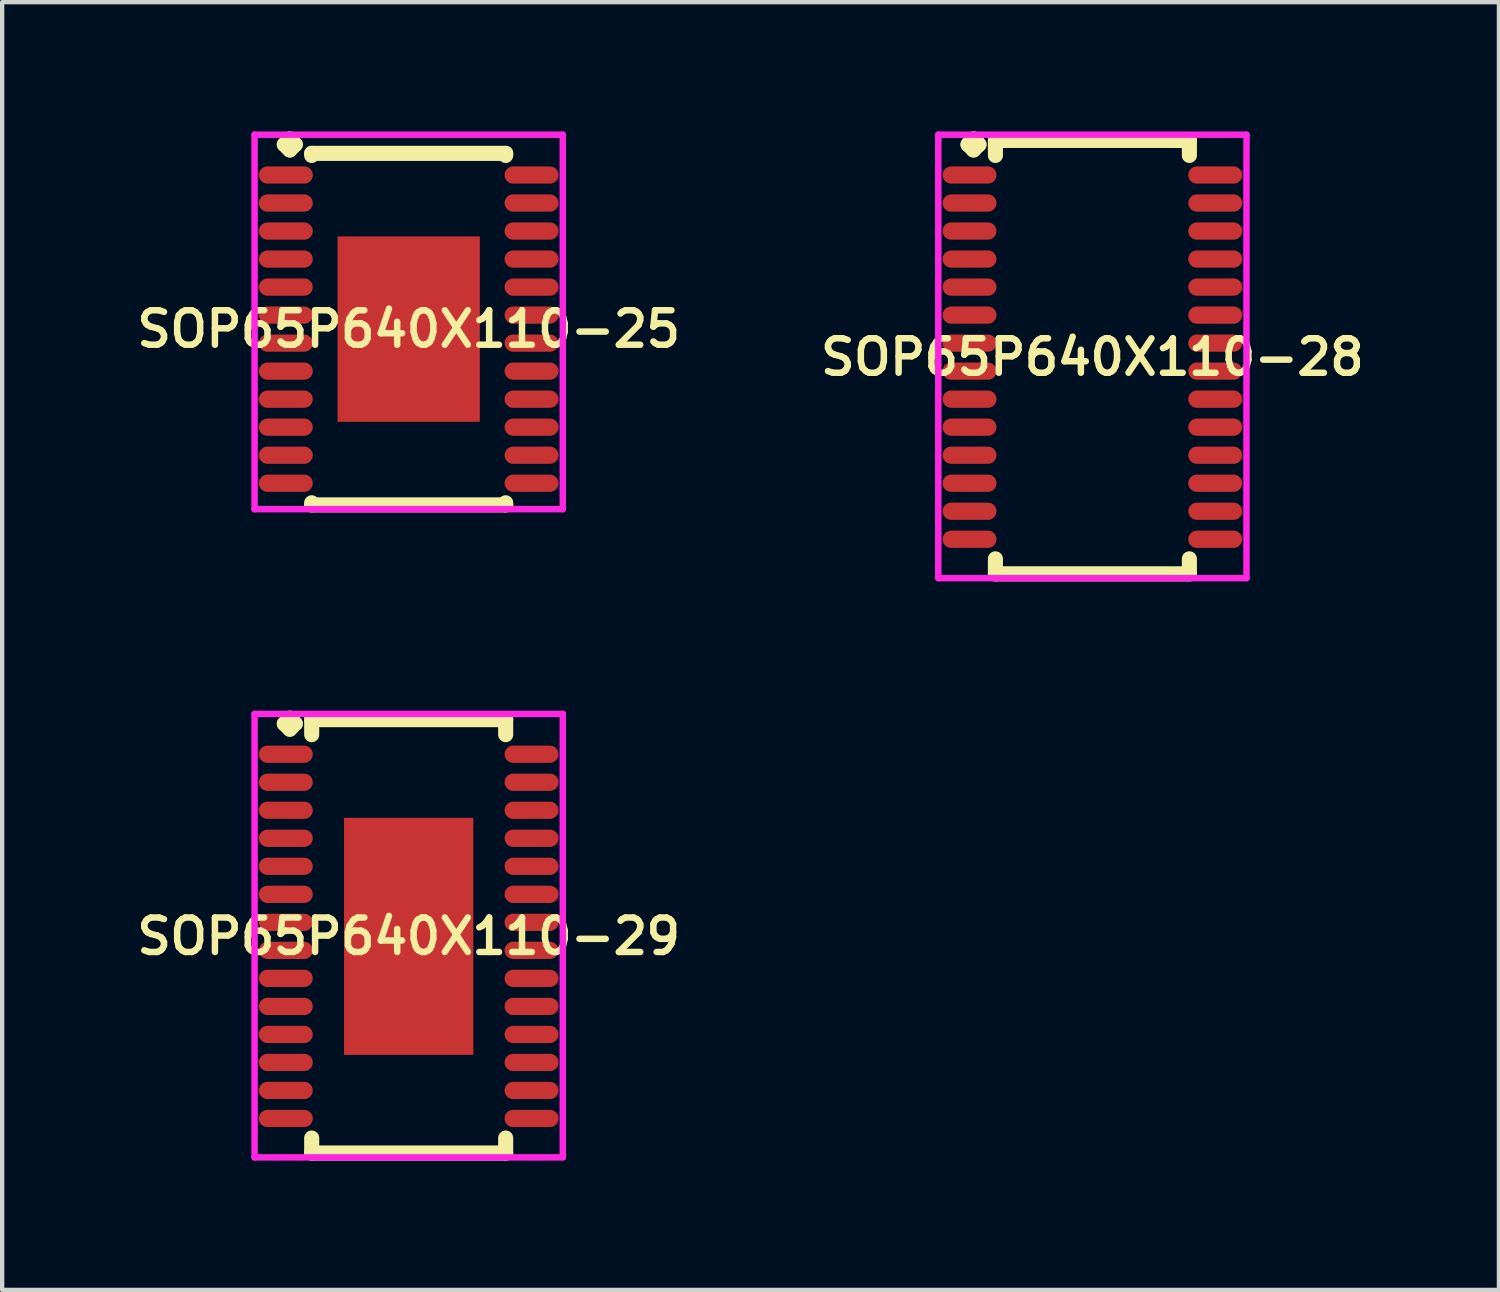
<source format=kicad_pcb>
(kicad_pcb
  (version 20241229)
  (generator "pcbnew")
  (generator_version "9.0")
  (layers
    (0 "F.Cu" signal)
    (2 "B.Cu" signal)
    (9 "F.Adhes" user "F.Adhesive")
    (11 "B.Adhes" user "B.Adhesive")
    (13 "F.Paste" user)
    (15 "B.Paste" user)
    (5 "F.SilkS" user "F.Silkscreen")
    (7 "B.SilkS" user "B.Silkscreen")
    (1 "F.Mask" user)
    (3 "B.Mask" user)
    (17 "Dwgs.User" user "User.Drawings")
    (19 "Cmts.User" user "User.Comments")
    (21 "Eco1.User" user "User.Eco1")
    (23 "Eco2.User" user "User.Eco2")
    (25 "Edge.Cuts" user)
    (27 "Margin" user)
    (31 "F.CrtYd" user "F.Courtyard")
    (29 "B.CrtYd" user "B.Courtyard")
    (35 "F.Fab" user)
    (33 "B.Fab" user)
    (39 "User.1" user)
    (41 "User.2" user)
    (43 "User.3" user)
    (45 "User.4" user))
  (footprint "SOP65P640X110-28"
    (layer "F.Cu")
    (at 22.292 5.235)
    (property "Reference" "SOP65P640X110-28" (at 0 0 0) (layer "F.SilkS") (effects (font (size 0.8 0.8) (thickness 0.15))))
    (attr smd)
    (fp_line (start -2.885 -4.933) (end -2.758 -5.06) (stroke (width 0.35) (type solid)) (layer "F.SilkS"))
    (fp_line (start -2.758 -5.06) (end -2.631 -4.933) (stroke (width 0.35) (type solid)) (layer "F.SilkS"))
    (fp_line (start -2.758 -4.806) (end -2.885 -4.933) (stroke (width 0.35) (type solid)) (layer "F.SilkS"))
    (fp_line (start -2.631 -4.933) (end -2.758 -4.806) (stroke (width 0.35) (type solid)) (layer "F.SilkS"))
    (fp_line (start -2.25 -5.027) (end 2.25 -5.027) (stroke (width 0.35) (type solid)) (layer "F.SilkS"))
    (fp_line (start -2.25 -4.679) (end -2.25 -5.027) (stroke (width 0.35) (type solid)) (layer "F.SilkS"))
    (fp_line (start -2.25 4.679) (end -2.25 5.027) (stroke (width 0.35) (type solid)) (layer "F.SilkS"))
    (fp_line (start -2.25 5.027) (end 2.25 5.027) (stroke (width 0.35) (type solid)) (layer "F.SilkS"))
    (fp_line (start 2.25 -5.027) (end 2.25 -4.679) (stroke (width 0.35) (type solid)) (layer "F.SilkS"))
    (fp_line (start 2.25 5.027) (end 2.25 4.679) (stroke (width 0.35) (type solid)) (layer "F.SilkS"))
    (fp_line (start -3.575 -5.16) (end 3.575 -5.16) (stroke (width 0.15) (type solid)) (layer "F.CrtYd"))
    (fp_line (start -3.575 5.127) (end -3.575 -5.16) (stroke (width 0.15) (type solid)) (layer "F.CrtYd"))
    (fp_line (start 3.575 -5.16) (end 3.575 5.127) (stroke (width 0.15) (type solid)) (layer "F.CrtYd"))
    (fp_line (start 3.575 5.127) (end -3.575 5.127) (stroke (width 0.15) (type solid)) (layer "F.CrtYd"))
    (pad "1" smd oval (at -2.85 -4.225) (size 1.25 0.4) (layers "F.Cu" "F.Mask" "F.Paste"))
    (pad "2" smd oval (at -2.85 -3.575) (size 1.25 0.4) (layers "F.Cu" "F.Mask" "F.Paste"))
    (pad "3" smd oval (at -2.85 -2.925) (size 1.25 0.4) (layers "F.Cu" "F.Mask" "F.Paste"))
    (pad "4" smd oval (at -2.85 -2.275) (size 1.25 0.4) (layers "F.Cu" "F.Mask" "F.Paste"))
    (pad "5" smd oval (at -2.85 -1.625) (size 1.25 0.4) (layers "F.Cu" "F.Mask" "F.Paste"))
    (pad "6" smd oval (at -2.85 -0.975) (size 1.25 0.4) (layers "F.Cu" "F.Mask" "F.Paste"))
    (pad "7" smd oval (at -2.85 -0.325) (size 1.25 0.4) (layers "F.Cu" "F.Mask" "F.Paste"))
    (pad "8" smd oval (at -2.85 0.325) (size 1.25 0.4) (layers "F.Cu" "F.Mask" "F.Paste"))
    (pad "9" smd oval (at -2.85 0.975) (size 1.25 0.4) (layers "F.Cu" "F.Mask" "F.Paste"))
    (pad "10" smd oval (at -2.85 1.625) (size 1.25 0.4) (layers "F.Cu" "F.Mask" "F.Paste"))
    (pad "11" smd oval (at -2.85 2.275) (size 1.25 0.4) (layers "F.Cu" "F.Mask" "F.Paste"))
    (pad "12" smd oval (at -2.85 2.925) (size 1.25 0.4) (layers "F.Cu" "F.Mask" "F.Paste"))
    (pad "13" smd oval (at -2.85 3.575) (size 1.25 0.4) (layers "F.Cu" "F.Mask" "F.Paste"))
    (pad "14" smd oval (at -2.85 4.225) (size 1.25 0.4) (layers "F.Cu" "F.Mask" "F.Paste"))
    (pad "15" smd oval (at 2.85 4.225) (size 1.25 0.4) (layers "F.Cu" "F.Mask" "F.Paste"))
    (pad "16" smd oval (at 2.85 3.575) (size 1.25 0.4) (layers "F.Cu" "F.Mask" "F.Paste"))
    (pad "17" smd oval (at 2.85 2.925) (size 1.25 0.4) (layers "F.Cu" "F.Mask" "F.Paste"))
    (pad "18" smd oval (at 2.85 2.275) (size 1.25 0.4) (layers "F.Cu" "F.Mask" "F.Paste"))
    (pad "19" smd oval (at 2.85 1.625) (size 1.25 0.4) (layers "F.Cu" "F.Mask" "F.Paste"))
    (pad "20" smd oval (at 2.85 0.975) (size 1.25 0.4) (layers "F.Cu" "F.Mask" "F.Paste"))
    (pad "21" smd oval (at 2.85 0.325) (size 1.25 0.4) (layers "F.Cu" "F.Mask" "F.Paste"))
    (pad "22" smd oval (at 2.85 -0.325) (size 1.25 0.4) (layers "F.Cu" "F.Mask" "F.Paste"))
    (pad "23" smd oval (at 2.85 -0.975) (size 1.25 0.4) (layers "F.Cu" "F.Mask" "F.Paste"))
    (pad "24" smd oval (at 2.85 -1.625) (size 1.25 0.4) (layers "F.Cu" "F.Mask" "F.Paste"))
    (pad "25" smd oval (at 2.85 -2.275) (size 1.25 0.4) (layers "F.Cu" "F.Mask" "F.Paste"))
    (pad "26" smd oval (at 2.85 -2.925) (size 1.25 0.4) (layers "F.Cu" "F.Mask" "F.Paste"))
    (pad "27" smd oval (at 2.85 -3.575) (size 1.25 0.4) (layers "F.Cu" "F.Mask" "F.Paste"))
    (pad "28" smd oval (at 2.85 -4.225) (size 1.25 0.4) (layers "F.Cu" "F.Mask" "F.Paste")))
  (footprint "SOP65P640X110-29"
    (layer "F.Cu")
    (at 6.431 18.672)
    (property "Reference" "SOP65P640X110-29" (at 0 0 0) (layer "F.SilkS") (effects (font (size 0.8 0.8) (thickness 0.15))))
    (attr smd)
    (fp_line (start -2.885 -4.933) (end -2.758 -5.06) (stroke (width 0.35) (type solid)) (layer "F.SilkS"))
    (fp_line (start -2.758 -5.06) (end -2.631 -4.933) (stroke (width 0.35) (type solid)) (layer "F.SilkS"))
    (fp_line (start -2.758 -4.806) (end -2.885 -4.933) (stroke (width 0.35) (type solid)) (layer "F.SilkS"))
    (fp_line (start -2.631 -4.933) (end -2.758 -4.806) (stroke (width 0.35) (type solid)) (layer "F.SilkS"))
    (fp_line (start -2.25 -5.027) (end 2.25 -5.027) (stroke (width 0.35) (type solid)) (layer "F.SilkS"))
    (fp_line (start -2.25 -4.679) (end -2.25 -5.027) (stroke (width 0.35) (type solid)) (layer "F.SilkS"))
    (fp_line (start -2.25 4.679) (end -2.25 5.027) (stroke (width 0.35) (type solid)) (layer "F.SilkS"))
    (fp_line (start -2.25 5.027) (end 2.25 5.027) (stroke (width 0.35) (type solid)) (layer "F.SilkS"))
    (fp_line (start 2.25 -5.027) (end 2.25 -4.679) (stroke (width 0.35) (type solid)) (layer "F.SilkS"))
    (fp_line (start 2.25 5.027) (end 2.25 4.679) (stroke (width 0.35) (type solid)) (layer "F.SilkS"))
    (fp_line (start -3.575 -5.16) (end 3.575 -5.16) (stroke (width 0.15) (type solid)) (layer "F.CrtYd"))
    (fp_line (start -3.575 5.127) (end -3.575 -5.16) (stroke (width 0.15) (type solid)) (layer "F.CrtYd"))
    (fp_line (start 3.575 -5.16) (end 3.575 5.127) (stroke (width 0.15) (type solid)) (layer "F.CrtYd"))
    (fp_line (start 3.575 5.127) (end -3.575 5.127) (stroke (width 0.15) (type solid)) (layer "F.CrtYd"))
    (pad "1" smd oval (at -2.85 -4.225) (size 1.25 0.4) (layers "F.Cu" "F.Mask" "F.Paste"))
    (pad "2" smd oval (at -2.85 -3.575) (size 1.25 0.4) (layers "F.Cu" "F.Mask" "F.Paste"))
    (pad "3" smd oval (at -2.85 -2.925) (size 1.25 0.4) (layers "F.Cu" "F.Mask" "F.Paste"))
    (pad "4" smd oval (at -2.85 -2.275) (size 1.25 0.4) (layers "F.Cu" "F.Mask" "F.Paste"))
    (pad "5" smd oval (at -2.85 -1.625) (size 1.25 0.4) (layers "F.Cu" "F.Mask" "F.Paste"))
    (pad "6" smd oval (at -2.85 -0.975) (size 1.25 0.4) (layers "F.Cu" "F.Mask" "F.Paste"))
    (pad "7" smd oval (at -2.85 -0.325) (size 1.25 0.4) (layers "F.Cu" "F.Mask" "F.Paste"))
    (pad "8" smd oval (at -2.85 0.325) (size 1.25 0.4) (layers "F.Cu" "F.Mask" "F.Paste"))
    (pad "9" smd oval (at -2.85 0.975) (size 1.25 0.4) (layers "F.Cu" "F.Mask" "F.Paste"))
    (pad "10" smd oval (at -2.85 1.625) (size 1.25 0.4) (layers "F.Cu" "F.Mask" "F.Paste"))
    (pad "11" smd oval (at -2.85 2.275) (size 1.25 0.4) (layers "F.Cu" "F.Mask" "F.Paste"))
    (pad "12" smd oval (at -2.85 2.925) (size 1.25 0.4) (layers "F.Cu" "F.Mask" "F.Paste"))
    (pad "13" smd oval (at -2.85 3.575) (size 1.25 0.4) (layers "F.Cu" "F.Mask" "F.Paste"))
    (pad "14" smd oval (at -2.85 4.225) (size 1.25 0.4) (layers "F.Cu" "F.Mask" "F.Paste"))
    (pad "15" smd oval (at 2.85 4.225) (size 1.25 0.4) (layers "F.Cu" "F.Mask" "F.Paste"))
    (pad "16" smd oval (at 2.85 3.575) (size 1.25 0.4) (layers "F.Cu" "F.Mask" "F.Paste"))
    (pad "17" smd oval (at 2.85 2.925) (size 1.25 0.4) (layers "F.Cu" "F.Mask" "F.Paste"))
    (pad "18" smd oval (at 2.85 2.275) (size 1.25 0.4) (layers "F.Cu" "F.Mask" "F.Paste"))
    (pad "19" smd oval (at 2.85 1.625) (size 1.25 0.4) (layers "F.Cu" "F.Mask" "F.Paste"))
    (pad "20" smd oval (at 2.85 0.975) (size 1.25 0.4) (layers "F.Cu" "F.Mask" "F.Paste"))
    (pad "21" smd oval (at 2.85 0.325) (size 1.25 0.4) (layers "F.Cu" "F.Mask" "F.Paste"))
    (pad "22" smd oval (at 2.85 -0.325) (size 1.25 0.4) (layers "F.Cu" "F.Mask" "F.Paste"))
    (pad "23" smd oval (at 2.85 -0.975) (size 1.25 0.4) (layers "F.Cu" "F.Mask" "F.Paste"))
    (pad "24" smd oval (at 2.85 -1.625) (size 1.25 0.4) (layers "F.Cu" "F.Mask" "F.Paste"))
    (pad "25" smd oval (at 2.85 -2.275) (size 1.25 0.4) (layers "F.Cu" "F.Mask" "F.Paste"))
    (pad "26" smd oval (at 2.85 -2.925) (size 1.25 0.4) (layers "F.Cu" "F.Mask" "F.Paste"))
    (pad "27" smd oval (at 2.85 -3.575) (size 1.25 0.4) (layers "F.Cu" "F.Mask" "F.Paste"))
    (pad "28" smd oval (at 2.85 -4.225) (size 1.25 0.4) (layers "F.Cu" "F.Mask" "F.Paste"))
    (pad "29" smd rect (at 0 0) (size 3 5.5) (layers "F.Cu" "F.Mask" "F.Paste")))
  (footprint "SOP65P640X110-25"
    (layer "F.Cu")
    (at 6.431 4.585)
    (property "Reference" "SOP65P640X110-25" (at 0 0 0) (layer "F.SilkS") (effects (font (size 0.8 0.8) (thickness 0.15))))
    (attr smd)
    (fp_line (start -2.885 -4.283) (end -2.758 -4.41) (stroke (width 0.35) (type solid)) (layer "F.SilkS"))
    (fp_line (start -2.758 -4.41) (end -2.631 -4.283) (stroke (width 0.35) (type solid)) (layer "F.SilkS"))
    (fp_line (start -2.758 -4.156) (end -2.885 -4.283) (stroke (width 0.35) (type solid)) (layer "F.SilkS"))
    (fp_line (start -2.631 -4.283) (end -2.758 -4.156) (stroke (width 0.35) (type solid)) (layer "F.SilkS"))
    (fp_line (start -2.25 -4.077) (end 2.25 -4.077) (stroke (width 0.35) (type solid)) (layer "F.SilkS"))
    (fp_line (start -2.25 -4.029) (end -2.25 -4.077) (stroke (width 0.35) (type solid)) (layer "F.SilkS"))
    (fp_line (start -2.25 4.029) (end -2.25 4.077) (stroke (width 0.35) (type solid)) (layer "F.SilkS"))
    (fp_line (start -2.25 4.077) (end 2.25 4.077) (stroke (width 0.35) (type solid)) (layer "F.SilkS"))
    (fp_line (start 2.25 -4.077) (end 2.25 -4.029) (stroke (width 0.35) (type solid)) (layer "F.SilkS"))
    (fp_line (start 2.25 4.077) (end 2.25 4.029) (stroke (width 0.35) (type solid)) (layer "F.SilkS"))
    (fp_line (start -3.575 -4.51) (end 3.575 -4.51) (stroke (width 0.15) (type solid)) (layer "F.CrtYd"))
    (fp_line (start -3.575 4.177) (end -3.575 -4.51) (stroke (width 0.15) (type solid)) (layer "F.CrtYd"))
    (fp_line (start 3.575 -4.51) (end 3.575 4.177) (stroke (width 0.15) (type solid)) (layer "F.CrtYd"))
    (fp_line (start 3.575 4.177) (end -3.575 4.177) (stroke (width 0.15) (type solid)) (layer "F.CrtYd"))
    (pad "1" smd oval (at -2.85 -3.575) (size 1.25 0.4) (layers "F.Cu" "F.Mask" "F.Paste"))
    (pad "2" smd oval (at -2.85 -2.925) (size 1.25 0.4) (layers "F.Cu" "F.Mask" "F.Paste"))
    (pad "3" smd oval (at -2.85 -2.275) (size 1.25 0.4) (layers "F.Cu" "F.Mask" "F.Paste"))
    (pad "4" smd oval (at -2.85 -1.625) (size 1.25 0.4) (layers "F.Cu" "F.Mask" "F.Paste"))
    (pad "5" smd oval (at -2.85 -0.975) (size 1.25 0.4) (layers "F.Cu" "F.Mask" "F.Paste"))
    (pad "6" smd oval (at -2.85 -0.325) (size 1.25 0.4) (layers "F.Cu" "F.Mask" "F.Paste"))
    (pad "7" smd oval (at -2.85 0.325) (size 1.25 0.4) (layers "F.Cu" "F.Mask" "F.Paste"))
    (pad "8" smd oval (at -2.85 0.975) (size 1.25 0.4) (layers "F.Cu" "F.Mask" "F.Paste"))
    (pad "9" smd oval (at -2.85 1.625) (size 1.25 0.4) (layers "F.Cu" "F.Mask" "F.Paste"))
    (pad "10" smd oval (at -2.85 2.275) (size 1.25 0.4) (layers "F.Cu" "F.Mask" "F.Paste"))
    (pad "11" smd oval (at -2.85 2.925) (size 1.25 0.4) (layers "F.Cu" "F.Mask" "F.Paste"))
    (pad "12" smd oval (at -2.85 3.575) (size 1.25 0.4) (layers "F.Cu" "F.Mask" "F.Paste"))
    (pad "13" smd oval (at 2.85 3.575) (size 1.25 0.4) (layers "F.Cu" "F.Mask" "F.Paste"))
    (pad "14" smd oval (at 2.85 2.925) (size 1.25 0.4) (layers "F.Cu" "F.Mask" "F.Paste"))
    (pad "15" smd oval (at 2.85 2.275) (size 1.25 0.4) (layers "F.Cu" "F.Mask" "F.Paste"))
    (pad "16" smd oval (at 2.85 1.625) (size 1.25 0.4) (layers "F.Cu" "F.Mask" "F.Paste"))
    (pad "17" smd oval (at 2.85 0.975) (size 1.25 0.4) (layers "F.Cu" "F.Mask" "F.Paste"))
    (pad "18" smd oval (at 2.85 0.325) (size 1.25 0.4) (layers "F.Cu" "F.Mask" "F.Paste"))
    (pad "19" smd oval (at 2.85 -0.325) (size 1.25 0.4) (layers "F.Cu" "F.Mask" "F.Paste"))
    (pad "20" smd oval (at 2.85 -0.975) (size 1.25 0.4) (layers "F.Cu" "F.Mask" "F.Paste"))
    (pad "21" smd oval (at 2.85 -1.625) (size 1.25 0.4) (layers "F.Cu" "F.Mask" "F.Paste"))
    (pad "22" smd oval (at 2.85 -2.275) (size 1.25 0.4) (layers "F.Cu" "F.Mask" "F.Paste"))
    (pad "23" smd oval (at 2.85 -2.925) (size 1.25 0.4) (layers "F.Cu" "F.Mask" "F.Paste"))
    (pad "24" smd oval (at 2.85 -3.575) (size 1.25 0.4) (layers "F.Cu" "F.Mask" "F.Paste"))
    (pad "25" smd rect (at 0 0) (size 3.3 4.3) (layers "F.Cu" "F.Mask" "F.Paste")))
  (gr_rect
    (start -3 -3)
    (end 31.723 26.874)
    (stroke (width 0.1) (type default))
    (fill no)
    (layer "Edge.Cuts")))
</source>
